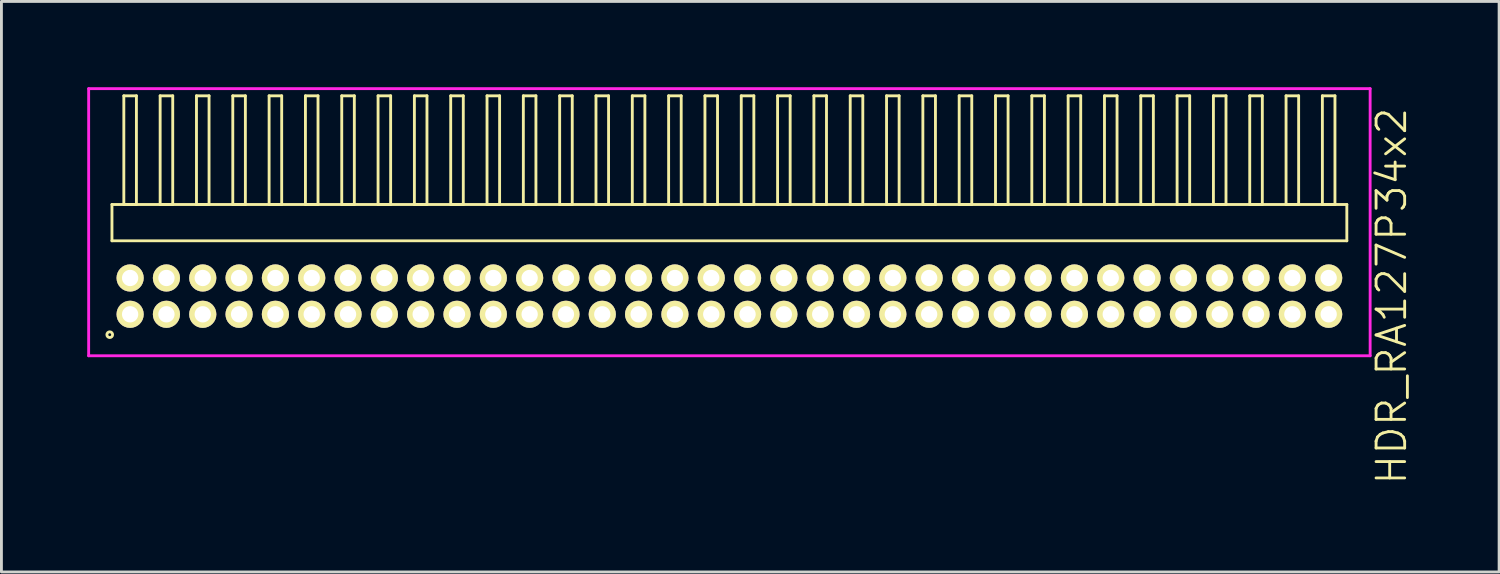
<source format=kicad_pcb>
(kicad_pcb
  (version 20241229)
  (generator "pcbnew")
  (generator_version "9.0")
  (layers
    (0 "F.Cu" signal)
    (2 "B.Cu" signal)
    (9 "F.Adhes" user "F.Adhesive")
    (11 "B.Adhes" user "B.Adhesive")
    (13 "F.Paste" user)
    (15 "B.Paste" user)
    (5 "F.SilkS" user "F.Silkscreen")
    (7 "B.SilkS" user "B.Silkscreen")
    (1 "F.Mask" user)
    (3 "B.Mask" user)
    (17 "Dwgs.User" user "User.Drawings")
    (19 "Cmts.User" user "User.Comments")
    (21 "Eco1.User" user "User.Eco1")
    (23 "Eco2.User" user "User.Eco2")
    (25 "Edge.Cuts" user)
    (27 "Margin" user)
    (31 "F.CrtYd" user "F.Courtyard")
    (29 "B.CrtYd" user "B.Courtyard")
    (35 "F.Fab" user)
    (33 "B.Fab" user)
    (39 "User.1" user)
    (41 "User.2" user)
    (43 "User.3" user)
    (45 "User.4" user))
  (footprint "HDR_RA127P34x2"
    (layer "F.Cu")
    (at 22.455 7.305)
    (property "Reference" "HDR_RA127P34x2" (at 23.155 0 90) (layer "F.SilkS") (effects (font (size 1 1) (thickness 0.1))))
    (attr through_hole)
    (fp_line (start -21.59 -3.205) (end -21.59 -1.935) (stroke (width 0.1) (type solid)) (layer "F.SilkS"))
    (fp_line (start -21.59 -1.935) (end 21.59 -1.935) (stroke (width 0.1) (type solid)) (layer "F.SilkS"))
    (fp_line (start -21.175 -7.005) (end -21.175 -3.205) (stroke (width 0.1) (type solid)) (layer "F.SilkS"))
    (fp_line (start -21.175 -3.205) (end -20.735 -3.205) (stroke (width 0.1) (type solid)) (layer "F.SilkS"))
    (fp_line (start -20.735 -7.005) (end -21.175 -7.005) (stroke (width 0.1) (type solid)) (layer "F.SilkS"))
    (fp_line (start -20.735 -3.205) (end -20.735 -7.005) (stroke (width 0.1) (type solid)) (layer "F.SilkS"))
    (fp_line (start -19.905 -7.005) (end -19.905 -3.205) (stroke (width 0.1) (type solid)) (layer "F.SilkS"))
    (fp_line (start -19.905 -3.205) (end -19.465 -3.205) (stroke (width 0.1) (type solid)) (layer "F.SilkS"))
    (fp_line (start -19.465 -7.005) (end -19.905 -7.005) (stroke (width 0.1) (type solid)) (layer "F.SilkS"))
    (fp_line (start -19.465 -3.205) (end -19.465 -7.005) (stroke (width 0.1) (type solid)) (layer "F.SilkS"))
    (fp_line (start -18.635 -7.005) (end -18.635 -3.205) (stroke (width 0.1) (type solid)) (layer "F.SilkS"))
    (fp_line (start -18.635 -3.205) (end -18.195 -3.205) (stroke (width 0.1) (type solid)) (layer "F.SilkS"))
    (fp_line (start -18.195 -7.005) (end -18.635 -7.005) (stroke (width 0.1) (type solid)) (layer "F.SilkS"))
    (fp_line (start -18.195 -3.205) (end -18.195 -7.005) (stroke (width 0.1) (type solid)) (layer "F.SilkS"))
    (fp_line (start -17.365 -7.005) (end -17.365 -3.205) (stroke (width 0.1) (type solid)) (layer "F.SilkS"))
    (fp_line (start -17.365 -3.205) (end -16.925 -3.205) (stroke (width 0.1) (type solid)) (layer "F.SilkS"))
    (fp_line (start -16.925 -7.005) (end -17.365 -7.005) (stroke (width 0.1) (type solid)) (layer "F.SilkS"))
    (fp_line (start -16.925 -3.205) (end -16.925 -7.005) (stroke (width 0.1) (type solid)) (layer "F.SilkS"))
    (fp_line (start -16.095 -7.005) (end -16.095 -3.205) (stroke (width 0.1) (type solid)) (layer "F.SilkS"))
    (fp_line (start -16.095 -3.205) (end -15.655 -3.205) (stroke (width 0.1) (type solid)) (layer "F.SilkS"))
    (fp_line (start -15.655 -7.005) (end -16.095 -7.005) (stroke (width 0.1) (type solid)) (layer "F.SilkS"))
    (fp_line (start -15.655 -3.205) (end -15.655 -7.005) (stroke (width 0.1) (type solid)) (layer "F.SilkS"))
    (fp_line (start -14.825 -7.005) (end -14.825 -3.205) (stroke (width 0.1) (type solid)) (layer "F.SilkS"))
    (fp_line (start -14.825 -3.205) (end -14.385 -3.205) (stroke (width 0.1) (type solid)) (layer "F.SilkS"))
    (fp_line (start -14.385 -7.005) (end -14.825 -7.005) (stroke (width 0.1) (type solid)) (layer "F.SilkS"))
    (fp_line (start -14.385 -3.205) (end -14.385 -7.005) (stroke (width 0.1) (type solid)) (layer "F.SilkS"))
    (fp_line (start -13.555 -7.005) (end -13.555 -3.205) (stroke (width 0.1) (type solid)) (layer "F.SilkS"))
    (fp_line (start -13.555 -3.205) (end -13.115 -3.205) (stroke (width 0.1) (type solid)) (layer "F.SilkS"))
    (fp_line (start -13.115 -7.005) (end -13.555 -7.005) (stroke (width 0.1) (type solid)) (layer "F.SilkS"))
    (fp_line (start -13.115 -3.205) (end -13.115 -7.005) (stroke (width 0.1) (type solid)) (layer "F.SilkS"))
    (fp_line (start -12.285 -7.005) (end -12.285 -3.205) (stroke (width 0.1) (type solid)) (layer "F.SilkS"))
    (fp_line (start -12.285 -3.205) (end -11.845 -3.205) (stroke (width 0.1) (type solid)) (layer "F.SilkS"))
    (fp_line (start -11.845 -7.005) (end -12.285 -7.005) (stroke (width 0.1) (type solid)) (layer "F.SilkS"))
    (fp_line (start -11.845 -3.205) (end -11.845 -7.005) (stroke (width 0.1) (type solid)) (layer "F.SilkS"))
    (fp_line (start -11.015 -7.005) (end -11.015 -3.205) (stroke (width 0.1) (type solid)) (layer "F.SilkS"))
    (fp_line (start -11.015 -3.205) (end -10.575 -3.205) (stroke (width 0.1) (type solid)) (layer "F.SilkS"))
    (fp_line (start -10.575 -7.005) (end -11.015 -7.005) (stroke (width 0.1) (type solid)) (layer "F.SilkS"))
    (fp_line (start -10.575 -3.205) (end -10.575 -7.005) (stroke (width 0.1) (type solid)) (layer "F.SilkS"))
    (fp_line (start -9.745 -7.005) (end -9.745 -3.205) (stroke (width 0.1) (type solid)) (layer "F.SilkS"))
    (fp_line (start -9.745 -3.205) (end -9.305 -3.205) (stroke (width 0.1) (type solid)) (layer "F.SilkS"))
    (fp_line (start -9.305 -7.005) (end -9.745 -7.005) (stroke (width 0.1) (type solid)) (layer "F.SilkS"))
    (fp_line (start -9.305 -3.205) (end -9.305 -7.005) (stroke (width 0.1) (type solid)) (layer "F.SilkS"))
    (fp_line (start -8.475 -7.005) (end -8.475 -3.205) (stroke (width 0.1) (type solid)) (layer "F.SilkS"))
    (fp_line (start -8.475 -3.205) (end -8.035 -3.205) (stroke (width 0.1) (type solid)) (layer "F.SilkS"))
    (fp_line (start -8.035 -7.005) (end -8.475 -7.005) (stroke (width 0.1) (type solid)) (layer "F.SilkS"))
    (fp_line (start -8.035 -3.205) (end -8.035 -7.005) (stroke (width 0.1) (type solid)) (layer "F.SilkS"))
    (fp_line (start -7.205 -7.005) (end -7.205 -3.205) (stroke (width 0.1) (type solid)) (layer "F.SilkS"))
    (fp_line (start -7.205 -3.205) (end -6.765 -3.205) (stroke (width 0.1) (type solid)) (layer "F.SilkS"))
    (fp_line (start -6.765 -7.005) (end -7.205 -7.005) (stroke (width 0.1) (type solid)) (layer "F.SilkS"))
    (fp_line (start -6.765 -3.205) (end -6.765 -7.005) (stroke (width 0.1) (type solid)) (layer "F.SilkS"))
    (fp_line (start -5.935 -7.005) (end -5.935 -3.205) (stroke (width 0.1) (type solid)) (layer "F.SilkS"))
    (fp_line (start -5.935 -3.205) (end -5.495 -3.205) (stroke (width 0.1) (type solid)) (layer "F.SilkS"))
    (fp_line (start -5.495 -7.005) (end -5.935 -7.005) (stroke (width 0.1) (type solid)) (layer "F.SilkS"))
    (fp_line (start -5.495 -3.205) (end -5.495 -7.005) (stroke (width 0.1) (type solid)) (layer "F.SilkS"))
    (fp_line (start -4.665 -7.005) (end -4.665 -3.205) (stroke (width 0.1) (type solid)) (layer "F.SilkS"))
    (fp_line (start -4.665 -3.205) (end -4.225 -3.205) (stroke (width 0.1) (type solid)) (layer "F.SilkS"))
    (fp_line (start -4.225 -7.005) (end -4.665 -7.005) (stroke (width 0.1) (type solid)) (layer "F.SilkS"))
    (fp_line (start -4.225 -3.205) (end -4.225 -7.005) (stroke (width 0.1) (type solid)) (layer "F.SilkS"))
    (fp_line (start -3.395 -7.005) (end -3.395 -3.205) (stroke (width 0.1) (type solid)) (layer "F.SilkS"))
    (fp_line (start -3.395 -3.205) (end -2.955 -3.205) (stroke (width 0.1) (type solid)) (layer "F.SilkS"))
    (fp_line (start -2.955 -7.005) (end -3.395 -7.005) (stroke (width 0.1) (type solid)) (layer "F.SilkS"))
    (fp_line (start -2.955 -3.205) (end -2.955 -7.005) (stroke (width 0.1) (type solid)) (layer "F.SilkS"))
    (fp_line (start -2.125 -7.005) (end -2.125 -3.205) (stroke (width 0.1) (type solid)) (layer "F.SilkS"))
    (fp_line (start -2.125 -3.205) (end -1.685 -3.205) (stroke (width 0.1) (type solid)) (layer "F.SilkS"))
    (fp_line (start -1.685 -7.005) (end -2.125 -7.005) (stroke (width 0.1) (type solid)) (layer "F.SilkS"))
    (fp_line (start -1.685 -3.205) (end -1.685 -7.005) (stroke (width 0.1) (type solid)) (layer "F.SilkS"))
    (fp_line (start -0.855 -7.005) (end -0.855 -3.205) (stroke (width 0.1) (type solid)) (layer "F.SilkS"))
    (fp_line (start -0.855 -3.205) (end -0.415 -3.205) (stroke (width 0.1) (type solid)) (layer "F.SilkS"))
    (fp_line (start -0.415 -7.005) (end -0.855 -7.005) (stroke (width 0.1) (type solid)) (layer "F.SilkS"))
    (fp_line (start -0.415 -3.205) (end -0.415 -7.005) (stroke (width 0.1) (type solid)) (layer "F.SilkS"))
    (fp_line (start 0.415 -7.005) (end 0.415 -3.205) (stroke (width 0.1) (type solid)) (layer "F.SilkS"))
    (fp_line (start 0.415 -3.205) (end 0.855 -3.205) (stroke (width 0.1) (type solid)) (layer "F.SilkS"))
    (fp_line (start 0.855 -7.005) (end 0.415 -7.005) (stroke (width 0.1) (type solid)) (layer "F.SilkS"))
    (fp_line (start 0.855 -3.205) (end 0.855 -7.005) (stroke (width 0.1) (type solid)) (layer "F.SilkS"))
    (fp_line (start 1.685 -7.005) (end 1.685 -3.205) (stroke (width 0.1) (type solid)) (layer "F.SilkS"))
    (fp_line (start 1.685 -3.205) (end 2.125 -3.205) (stroke (width 0.1) (type solid)) (layer "F.SilkS"))
    (fp_line (start 2.125 -7.005) (end 1.685 -7.005) (stroke (width 0.1) (type solid)) (layer "F.SilkS"))
    (fp_line (start 2.125 -3.205) (end 2.125 -7.005) (stroke (width 0.1) (type solid)) (layer "F.SilkS"))
    (fp_line (start 2.955 -7.005) (end 2.955 -3.205) (stroke (width 0.1) (type solid)) (layer "F.SilkS"))
    (fp_line (start 2.955 -3.205) (end 3.395 -3.205) (stroke (width 0.1) (type solid)) (layer "F.SilkS"))
    (fp_line (start 3.395 -7.005) (end 2.955 -7.005) (stroke (width 0.1) (type solid)) (layer "F.SilkS"))
    (fp_line (start 3.395 -3.205) (end 3.395 -7.005) (stroke (width 0.1) (type solid)) (layer "F.SilkS"))
    (fp_line (start 4.225 -7.005) (end 4.225 -3.205) (stroke (width 0.1) (type solid)) (layer "F.SilkS"))
    (fp_line (start 4.225 -3.205) (end 4.665 -3.205) (stroke (width 0.1) (type solid)) (layer "F.SilkS"))
    (fp_line (start 4.665 -7.005) (end 4.225 -7.005) (stroke (width 0.1) (type solid)) (layer "F.SilkS"))
    (fp_line (start 4.665 -3.205) (end 4.665 -7.005) (stroke (width 0.1) (type solid)) (layer "F.SilkS"))
    (fp_line (start 5.495 -7.005) (end 5.495 -3.205) (stroke (width 0.1) (type solid)) (layer "F.SilkS"))
    (fp_line (start 5.495 -3.205) (end 5.935 -3.205) (stroke (width 0.1) (type solid)) (layer "F.SilkS"))
    (fp_line (start 5.935 -7.005) (end 5.495 -7.005) (stroke (width 0.1) (type solid)) (layer "F.SilkS"))
    (fp_line (start 5.935 -3.205) (end 5.935 -7.005) (stroke (width 0.1) (type solid)) (layer "F.SilkS"))
    (fp_line (start 6.765 -7.005) (end 6.765 -3.205) (stroke (width 0.1) (type solid)) (layer "F.SilkS"))
    (fp_line (start 6.765 -3.205) (end 7.205 -3.205) (stroke (width 0.1) (type solid)) (layer "F.SilkS"))
    (fp_line (start 7.205 -7.005) (end 6.765 -7.005) (stroke (width 0.1) (type solid)) (layer "F.SilkS"))
    (fp_line (start 7.205 -3.205) (end 7.205 -7.005) (stroke (width 0.1) (type solid)) (layer "F.SilkS"))
    (fp_line (start 8.035 -7.005) (end 8.035 -3.205) (stroke (width 0.1) (type solid)) (layer "F.SilkS"))
    (fp_line (start 8.035 -3.205) (end 8.475 -3.205) (stroke (width 0.1) (type solid)) (layer "F.SilkS"))
    (fp_line (start 8.475 -7.005) (end 8.035 -7.005) (stroke (width 0.1) (type solid)) (layer "F.SilkS"))
    (fp_line (start 8.475 -3.205) (end 8.475 -7.005) (stroke (width 0.1) (type solid)) (layer "F.SilkS"))
    (fp_line (start 9.305 -7.005) (end 9.305 -3.205) (stroke (width 0.1) (type solid)) (layer "F.SilkS"))
    (fp_line (start 9.305 -3.205) (end 9.745 -3.205) (stroke (width 0.1) (type solid)) (layer "F.SilkS"))
    (fp_line (start 9.745 -7.005) (end 9.305 -7.005) (stroke (width 0.1) (type solid)) (layer "F.SilkS"))
    (fp_line (start 9.745 -3.205) (end 9.745 -7.005) (stroke (width 0.1) (type solid)) (layer "F.SilkS"))
    (fp_line (start 10.575 -7.005) (end 10.575 -3.205) (stroke (width 0.1) (type solid)) (layer "F.SilkS"))
    (fp_line (start 10.575 -3.205) (end 11.015 -3.205) (stroke (width 0.1) (type solid)) (layer "F.SilkS"))
    (fp_line (start 11.015 -7.005) (end 10.575 -7.005) (stroke (width 0.1) (type solid)) (layer "F.SilkS"))
    (fp_line (start 11.015 -3.205) (end 11.015 -7.005) (stroke (width 0.1) (type solid)) (layer "F.SilkS"))
    (fp_line (start 11.845 -7.005) (end 11.845 -3.205) (stroke (width 0.1) (type solid)) (layer "F.SilkS"))
    (fp_line (start 11.845 -3.205) (end 12.285 -3.205) (stroke (width 0.1) (type solid)) (layer "F.SilkS"))
    (fp_line (start 12.285 -7.005) (end 11.845 -7.005) (stroke (width 0.1) (type solid)) (layer "F.SilkS"))
    (fp_line (start 12.285 -3.205) (end 12.285 -7.005) (stroke (width 0.1) (type solid)) (layer "F.SilkS"))
    (fp_line (start 13.115 -7.005) (end 13.115 -3.205) (stroke (width 0.1) (type solid)) (layer "F.SilkS"))
    (fp_line (start 13.115 -3.205) (end 13.555 -3.205) (stroke (width 0.1) (type solid)) (layer "F.SilkS"))
    (fp_line (start 13.555 -7.005) (end 13.115 -7.005) (stroke (width 0.1) (type solid)) (layer "F.SilkS"))
    (fp_line (start 13.555 -3.205) (end 13.555 -7.005) (stroke (width 0.1) (type solid)) (layer "F.SilkS"))
    (fp_line (start 14.385 -7.005) (end 14.385 -3.205) (stroke (width 0.1) (type solid)) (layer "F.SilkS"))
    (fp_line (start 14.385 -3.205) (end 14.825 -3.205) (stroke (width 0.1) (type solid)) (layer "F.SilkS"))
    (fp_line (start 14.825 -7.005) (end 14.385 -7.005) (stroke (width 0.1) (type solid)) (layer "F.SilkS"))
    (fp_line (start 14.825 -3.205) (end 14.825 -7.005) (stroke (width 0.1) (type solid)) (layer "F.SilkS"))
    (fp_line (start 15.655 -7.005) (end 15.655 -3.205) (stroke (width 0.1) (type solid)) (layer "F.SilkS"))
    (fp_line (start 15.655 -3.205) (end 16.095 -3.205) (stroke (width 0.1) (type solid)) (layer "F.SilkS"))
    (fp_line (start 16.095 -7.005) (end 15.655 -7.005) (stroke (width 0.1) (type solid)) (layer "F.SilkS"))
    (fp_line (start 16.095 -3.205) (end 16.095 -7.005) (stroke (width 0.1) (type solid)) (layer "F.SilkS"))
    (fp_line (start 16.925 -7.005) (end 16.925 -3.205) (stroke (width 0.1) (type solid)) (layer "F.SilkS"))
    (fp_line (start 16.925 -3.205) (end 17.365 -3.205) (stroke (width 0.1) (type solid)) (layer "F.SilkS"))
    (fp_line (start 17.365 -7.005) (end 16.925 -7.005) (stroke (width 0.1) (type solid)) (layer "F.SilkS"))
    (fp_line (start 17.365 -3.205) (end 17.365 -7.005) (stroke (width 0.1) (type solid)) (layer "F.SilkS"))
    (fp_line (start 18.195 -7.005) (end 18.195 -3.205) (stroke (width 0.1) (type solid)) (layer "F.SilkS"))
    (fp_line (start 18.195 -3.205) (end 18.635 -3.205) (stroke (width 0.1) (type solid)) (layer "F.SilkS"))
    (fp_line (start 18.635 -7.005) (end 18.195 -7.005) (stroke (width 0.1) (type solid)) (layer "F.SilkS"))
    (fp_line (start 18.635 -3.205) (end 18.635 -7.005) (stroke (width 0.1) (type solid)) (layer "F.SilkS"))
    (fp_line (start 19.465 -7.005) (end 19.465 -3.205) (stroke (width 0.1) (type solid)) (layer "F.SilkS"))
    (fp_line (start 19.465 -3.205) (end 19.905 -3.205) (stroke (width 0.1) (type solid)) (layer "F.SilkS"))
    (fp_line (start 19.905 -7.005) (end 19.465 -7.005) (stroke (width 0.1) (type solid)) (layer "F.SilkS"))
    (fp_line (start 19.905 -3.205) (end 19.905 -7.005) (stroke (width 0.1) (type solid)) (layer "F.SilkS"))
    (fp_line (start 20.735 -7.005) (end 20.735 -3.205) (stroke (width 0.1) (type solid)) (layer "F.SilkS"))
    (fp_line (start 20.735 -3.205) (end 21.175 -3.205) (stroke (width 0.1) (type solid)) (layer "F.SilkS"))
    (fp_line (start 21.175 -7.005) (end 20.735 -7.005) (stroke (width 0.1) (type solid)) (layer "F.SilkS"))
    (fp_line (start 21.175 -3.205) (end 21.175 -7.005) (stroke (width 0.1) (type solid)) (layer "F.SilkS"))
    (fp_line (start 21.59 -3.205) (end -21.59 -3.205) (stroke (width 0.1) (type solid)) (layer "F.SilkS"))
    (fp_line (start 21.59 -1.935) (end 21.59 -3.205) (stroke (width 0.1) (type solid)) (layer "F.SilkS"))
    (fp_circle (center -21.668 1.348) (end -21.568 1.348) (stroke (width 0.1) (type solid)) (fill no) (layer "F.SilkS"))
    (fp_line (start -22.405 -7.255) (end -22.405 2.085) (stroke (width 0.1) (type solid)) (layer "F.CrtYd"))
    (fp_line (start -22.405 2.085) (end 22.405 2.085) (stroke (width 0.1) (type solid)) (layer "F.CrtYd"))
    (fp_line (start 22.405 -7.255) (end -22.405 -7.255) (stroke (width 0.1) (type solid)) (layer "F.CrtYd"))
    (fp_line (start 22.405 2.085) (end 22.405 -7.255) (stroke (width 0.1) (type solid)) (layer "F.CrtYd"))
    (pad "1" thru_hole oval (at -20.955 0.635) (size 0.95 0.95) (drill 0.57) (layers "*.Cu" "*.Mask" "F.SilkS"))
    (pad "2" thru_hole oval (at -20.955 -0.635) (size 0.95 0.95) (drill 0.57) (layers "*.Cu" "*.Mask" "F.SilkS"))
    (pad "3" thru_hole oval (at -19.685 0.635) (size 0.95 0.95) (drill 0.57) (layers "*.Cu" "*.Mask" "F.SilkS"))
    (pad "4" thru_hole oval (at -19.685 -0.635) (size 0.95 0.95) (drill 0.57) (layers "*.Cu" "*.Mask" "F.SilkS"))
    (pad "5" thru_hole oval (at -18.415 0.635) (size 0.95 0.95) (drill 0.57) (layers "*.Cu" "*.Mask" "F.SilkS"))
    (pad "6" thru_hole oval (at -18.415 -0.635) (size 0.95 0.95) (drill 0.57) (layers "*.Cu" "*.Mask" "F.SilkS"))
    (pad "7" thru_hole oval (at -17.145 0.635) (size 0.95 0.95) (drill 0.57) (layers "*.Cu" "*.Mask" "F.SilkS"))
    (pad "8" thru_hole oval (at -17.145 -0.635) (size 0.95 0.95) (drill 0.57) (layers "*.Cu" "*.Mask" "F.SilkS"))
    (pad "9" thru_hole oval (at -15.875 0.635) (size 0.95 0.95) (drill 0.57) (layers "*.Cu" "*.Mask" "F.SilkS"))
    (pad "10" thru_hole oval (at -15.875 -0.635) (size 0.95 0.95) (drill 0.57) (layers "*.Cu" "*.Mask" "F.SilkS"))
    (pad "11" thru_hole oval (at -14.605 0.635) (size 0.95 0.95) (drill 0.57) (layers "*.Cu" "*.Mask" "F.SilkS"))
    (pad "12" thru_hole oval (at -14.605 -0.635) (size 0.95 0.95) (drill 0.57) (layers "*.Cu" "*.Mask" "F.SilkS"))
    (pad "13" thru_hole oval (at -13.335 0.635) (size 0.95 0.95) (drill 0.57) (layers "*.Cu" "*.Mask" "F.SilkS"))
    (pad "14" thru_hole oval (at -13.335 -0.635) (size 0.95 0.95) (drill 0.57) (layers "*.Cu" "*.Mask" "F.SilkS"))
    (pad "15" thru_hole oval (at -12.065 0.635) (size 0.95 0.95) (drill 0.57) (layers "*.Cu" "*.Mask" "F.SilkS"))
    (pad "16" thru_hole oval (at -12.065 -0.635) (size 0.95 0.95) (drill 0.57) (layers "*.Cu" "*.Mask" "F.SilkS"))
    (pad "17" thru_hole oval (at -10.795 0.635) (size 0.95 0.95) (drill 0.57) (layers "*.Cu" "*.Mask" "F.SilkS"))
    (pad "18" thru_hole oval (at -10.795 -0.635) (size 0.95 0.95) (drill 0.57) (layers "*.Cu" "*.Mask" "F.SilkS"))
    (pad "19" thru_hole oval (at -9.525 0.635) (size 0.95 0.95) (drill 0.57) (layers "*.Cu" "*.Mask" "F.SilkS"))
    (pad "20" thru_hole oval (at -9.525 -0.635) (size 0.95 0.95) (drill 0.57) (layers "*.Cu" "*.Mask" "F.SilkS"))
    (pad "21" thru_hole oval (at -8.255 0.635) (size 0.95 0.95) (drill 0.57) (layers "*.Cu" "*.Mask" "F.SilkS"))
    (pad "22" thru_hole oval (at -8.255 -0.635) (size 0.95 0.95) (drill 0.57) (layers "*.Cu" "*.Mask" "F.SilkS"))
    (pad "23" thru_hole oval (at -6.985 0.635) (size 0.95 0.95) (drill 0.57) (layers "*.Cu" "*.Mask" "F.SilkS"))
    (pad "24" thru_hole oval (at -6.985 -0.635) (size 0.95 0.95) (drill 0.57) (layers "*.Cu" "*.Mask" "F.SilkS"))
    (pad "25" thru_hole oval (at -5.715 0.635) (size 0.95 0.95) (drill 0.57) (layers "*.Cu" "*.Mask" "F.SilkS"))
    (pad "26" thru_hole oval (at -5.715 -0.635) (size 0.95 0.95) (drill 0.57) (layers "*.Cu" "*.Mask" "F.SilkS"))
    (pad "27" thru_hole oval (at -4.445 0.635) (size 0.95 0.95) (drill 0.57) (layers "*.Cu" "*.Mask" "F.SilkS"))
    (pad "28" thru_hole oval (at -4.445 -0.635) (size 0.95 0.95) (drill 0.57) (layers "*.Cu" "*.Mask" "F.SilkS"))
    (pad "29" thru_hole oval (at -3.175 0.635) (size 0.95 0.95) (drill 0.57) (layers "*.Cu" "*.Mask" "F.SilkS"))
    (pad "30" thru_hole oval (at -3.175 -0.635) (size 0.95 0.95) (drill 0.57) (layers "*.Cu" "*.Mask" "F.SilkS"))
    (pad "31" thru_hole oval (at -1.905 0.635) (size 0.95 0.95) (drill 0.57) (layers "*.Cu" "*.Mask" "F.SilkS"))
    (pad "32" thru_hole oval (at -1.905 -0.635) (size 0.95 0.95) (drill 0.57) (layers "*.Cu" "*.Mask" "F.SilkS"))
    (pad "33" thru_hole oval (at -0.635 0.635) (size 0.95 0.95) (drill 0.57) (layers "*.Cu" "*.Mask" "F.SilkS"))
    (pad "34" thru_hole oval (at -0.635 -0.635) (size 0.95 0.95) (drill 0.57) (layers "*.Cu" "*.Mask" "F.SilkS"))
    (pad "35" thru_hole oval (at 0.635 0.635) (size 0.95 0.95) (drill 0.57) (layers "*.Cu" "*.Mask" "F.SilkS"))
    (pad "36" thru_hole oval (at 0.635 -0.635) (size 0.95 0.95) (drill 0.57) (layers "*.Cu" "*.Mask" "F.SilkS"))
    (pad "37" thru_hole oval (at 1.905 0.635) (size 0.95 0.95) (drill 0.57) (layers "*.Cu" "*.Mask" "F.SilkS"))
    (pad "38" thru_hole oval (at 1.905 -0.635) (size 0.95 0.95) (drill 0.57) (layers "*.Cu" "*.Mask" "F.SilkS"))
    (pad "39" thru_hole oval (at 3.175 0.635) (size 0.95 0.95) (drill 0.57) (layers "*.Cu" "*.Mask" "F.SilkS"))
    (pad "40" thru_hole oval (at 3.175 -0.635) (size 0.95 0.95) (drill 0.57) (layers "*.Cu" "*.Mask" "F.SilkS"))
    (pad "41" thru_hole oval (at 4.445 0.635) (size 0.95 0.95) (drill 0.57) (layers "*.Cu" "*.Mask" "F.SilkS"))
    (pad "42" thru_hole oval (at 4.445 -0.635) (size 0.95 0.95) (drill 0.57) (layers "*.Cu" "*.Mask" "F.SilkS"))
    (pad "43" thru_hole oval (at 5.715 0.635) (size 0.95 0.95) (drill 0.57) (layers "*.Cu" "*.Mask" "F.SilkS"))
    (pad "44" thru_hole oval (at 5.715 -0.635) (size 0.95 0.95) (drill 0.57) (layers "*.Cu" "*.Mask" "F.SilkS"))
    (pad "45" thru_hole oval (at 6.985 0.635) (size 0.95 0.95) (drill 0.57) (layers "*.Cu" "*.Mask" "F.SilkS"))
    (pad "46" thru_hole oval (at 6.985 -0.635) (size 0.95 0.95) (drill 0.57) (layers "*.Cu" "*.Mask" "F.SilkS"))
    (pad "47" thru_hole oval (at 8.255 0.635) (size 0.95 0.95) (drill 0.57) (layers "*.Cu" "*.Mask" "F.SilkS"))
    (pad "48" thru_hole oval (at 8.255 -0.635) (size 0.95 0.95) (drill 0.57) (layers "*.Cu" "*.Mask" "F.SilkS"))
    (pad "49" thru_hole oval (at 9.525 0.635) (size 0.95 0.95) (drill 0.57) (layers "*.Cu" "*.Mask" "F.SilkS"))
    (pad "50" thru_hole oval (at 9.525 -0.635) (size 0.95 0.95) (drill 0.57) (layers "*.Cu" "*.Mask" "F.SilkS"))
    (pad "51" thru_hole oval (at 10.795 0.635) (size 0.95 0.95) (drill 0.57) (layers "*.Cu" "*.Mask" "F.SilkS"))
    (pad "52" thru_hole oval (at 10.795 -0.635) (size 0.95 0.95) (drill 0.57) (layers "*.Cu" "*.Mask" "F.SilkS"))
    (pad "53" thru_hole oval (at 12.065 0.635) (size 0.95 0.95) (drill 0.57) (layers "*.Cu" "*.Mask" "F.SilkS"))
    (pad "54" thru_hole oval (at 12.065 -0.635) (size 0.95 0.95) (drill 0.57) (layers "*.Cu" "*.Mask" "F.SilkS"))
    (pad "55" thru_hole oval (at 13.335 0.635) (size 0.95 0.95) (drill 0.57) (layers "*.Cu" "*.Mask" "F.SilkS"))
    (pad "56" thru_hole oval (at 13.335 -0.635) (size 0.95 0.95) (drill 0.57) (layers "*.Cu" "*.Mask" "F.SilkS"))
    (pad "57" thru_hole oval (at 14.605 0.635) (size 0.95 0.95) (drill 0.57) (layers "*.Cu" "*.Mask" "F.SilkS"))
    (pad "58" thru_hole oval (at 14.605 -0.635) (size 0.95 0.95) (drill 0.57) (layers "*.Cu" "*.Mask" "F.SilkS"))
    (pad "59" thru_hole oval (at 15.875 0.635) (size 0.95 0.95) (drill 0.57) (layers "*.Cu" "*.Mask" "F.SilkS"))
    (pad "60" thru_hole oval (at 15.875 -0.635) (size 0.95 0.95) (drill 0.57) (layers "*.Cu" "*.Mask" "F.SilkS"))
    (pad "61" thru_hole oval (at 17.145 0.635) (size 0.95 0.95) (drill 0.57) (layers "*.Cu" "*.Mask" "F.SilkS"))
    (pad "62" thru_hole oval (at 17.145 -0.635) (size 0.95 0.95) (drill 0.57) (layers "*.Cu" "*.Mask" "F.SilkS"))
    (pad "63" thru_hole oval (at 18.415 0.635) (size 0.95 0.95) (drill 0.57) (layers "*.Cu" "*.Mask" "F.SilkS"))
    (pad "64" thru_hole oval (at 18.415 -0.635) (size 0.95 0.95) (drill 0.57) (layers "*.Cu" "*.Mask" "F.SilkS"))
    (pad "65" thru_hole oval (at 19.685 0.635) (size 0.95 0.95) (drill 0.57) (layers "*.Cu" "*.Mask" "F.SilkS"))
    (pad "66" thru_hole oval (at 19.685 -0.635) (size 0.95 0.95) (drill 0.57) (layers "*.Cu" "*.Mask" "F.SilkS"))
    (pad "67" thru_hole oval (at 20.955 0.635) (size 0.95 0.95) (drill 0.57) (layers "*.Cu" "*.Mask" "F.SilkS"))
    (pad "68" thru_hole oval (at 20.955 -0.635) (size 0.95 0.95) (drill 0.57) (layers "*.Cu" "*.Mask" "F.SilkS")))
  (gr_rect
    (start -3 -3)
    (end 49.37 16.95)
    (stroke (width 0.1) (type default))
    (fill no)
    (layer "Edge.Cuts")))
</source>
